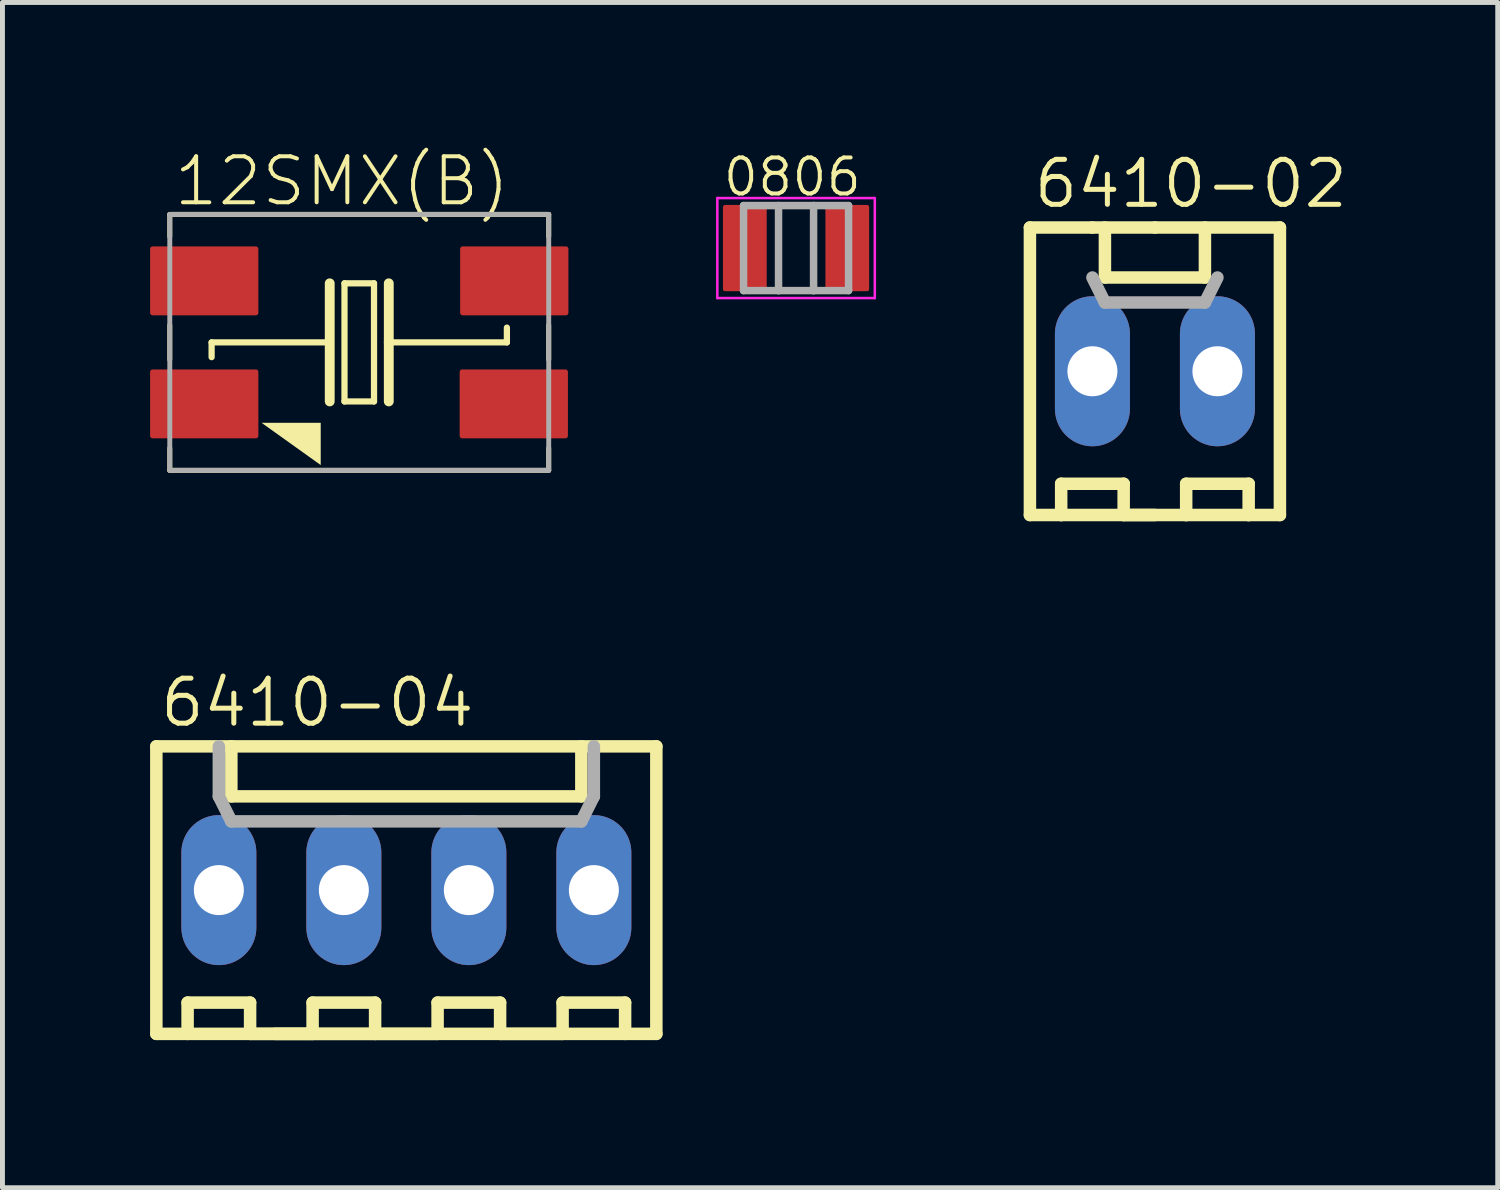
<source format=kicad_pcb>
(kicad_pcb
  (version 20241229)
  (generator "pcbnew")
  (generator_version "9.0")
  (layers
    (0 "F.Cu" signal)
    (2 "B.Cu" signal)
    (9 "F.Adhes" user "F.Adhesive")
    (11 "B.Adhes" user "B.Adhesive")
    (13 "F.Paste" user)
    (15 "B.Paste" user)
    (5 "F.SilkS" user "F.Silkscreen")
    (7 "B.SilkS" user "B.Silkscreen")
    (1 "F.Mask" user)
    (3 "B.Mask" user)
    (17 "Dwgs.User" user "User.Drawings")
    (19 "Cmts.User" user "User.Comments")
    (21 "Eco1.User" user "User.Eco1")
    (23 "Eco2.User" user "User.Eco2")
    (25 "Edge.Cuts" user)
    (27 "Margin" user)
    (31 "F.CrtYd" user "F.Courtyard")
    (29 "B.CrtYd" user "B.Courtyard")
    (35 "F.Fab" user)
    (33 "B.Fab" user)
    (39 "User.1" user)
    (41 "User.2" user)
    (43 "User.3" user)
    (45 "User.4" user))
  (footprint "12SMX(B)"
    (layer "F.Cu")
    (at 4.25 3.907)
    (property "Reference" "12SMX(B)" (at -3.813 -2.728 0) (layer "F.SilkS") (effects (font (size 0.935 0.935) (thickness 0.081)) (justify left bottom)))
    (attr smd)
    (fp_line (start -3.85 -2.15) (end -3.85 -2.6) (stroke (width 0.1) (type solid)) (layer "F.SilkS"))
    (fp_line (start -3.85 -0.35) (end -3.85 0.35) (stroke (width 0.1) (type solid)) (layer "F.SilkS"))
    (fp_line (start -3.85 2.15) (end -3.85 2.6) (stroke (width 0.1) (type solid)) (layer "F.SilkS"))
    (fp_line (start -3 0) (end -3 0.3) (stroke (width 0.127) (type solid)) (layer "F.SilkS"))
    (fp_line (start -0.7 0) (end -3 0) (stroke (width 0.127) (type solid)) (layer "F.SilkS"))
    (fp_line (start -0.6 -1.2) (end -0.6 1.2) (stroke (width 0.2) (type solid)) (layer "F.SilkS"))
    (fp_line (start -0.3 -1.2) (end 0.3 -1.2) (stroke (width 0.127) (type solid)) (layer "F.SilkS"))
    (fp_line (start -0.3 1.2) (end -0.3 -1.2) (stroke (width 0.127) (type solid)) (layer "F.SilkS"))
    (fp_line (start 0.3 -1.2) (end 0.3 1.2) (stroke (width 0.127) (type solid)) (layer "F.SilkS"))
    (fp_line (start 0.3 1.2) (end -0.3 1.2) (stroke (width 0.127) (type solid)) (layer "F.SilkS"))
    (fp_line (start 0.6 -1.2) (end 0.6 0) (stroke (width 0.2) (type solid)) (layer "F.SilkS"))
    (fp_line (start 0.6 0) (end 0.6 1.2) (stroke (width 0.2) (type solid)) (layer "F.SilkS"))
    (fp_line (start 0.6 0) (end 3 0) (stroke (width 0.127) (type solid)) (layer "F.SilkS"))
    (fp_line (start 3 0) (end 3 -0.3) (stroke (width 0.127) (type solid)) (layer "F.SilkS"))
    (fp_line (start 3.85 -2.6) (end -3.85 -2.6) (stroke (width 0.1) (type solid)) (layer "F.SilkS"))
    (fp_line (start 3.85 -2.15) (end 3.85 -2.6) (stroke (width 0.1) (type solid)) (layer "F.SilkS"))
    (fp_line (start 3.85 -0.35) (end 3.85 0.35) (stroke (width 0.1) (type solid)) (layer "F.SilkS"))
    (fp_line (start 3.85 2.6) (end -3.85 2.6) (stroke (width 0.1) (type solid)) (layer "F.SilkS"))
    (fp_line (start 3.85 2.6) (end 3.85 2.15) (stroke (width 0.1) (type solid)) (layer "F.SilkS"))
    (fp_poly (pts (xy -0.783 2.493) (xy -1.986 1.634) (xy -0.783 1.634)) (stroke (width 0) (type default)) (fill yes) (layer "F.SilkS"))
    (fp_line (start -3.85 -2.6) (end -3.85 2.6) (stroke (width 0.1) (type solid)) (layer "F.Fab"))
    (fp_line (start -3.85 -2.6) (end 3.85 -2.6) (stroke (width 0.1) (type solid)) (layer "F.Fab"))
    (fp_line (start -3.85 2.6) (end 3.85 2.6) (stroke (width 0.1) (type solid)) (layer "F.Fab"))
    (fp_line (start 3.85 -2.6) (end 3.85 2.6) (stroke (width 0.1) (type solid)) (layer "F.Fab"))
    (pad "1" smd roundrect (at -3.15 1.25) (size 2.2 1.4) (layers "F.Cu" "F.Mask" "F.Paste") (roundrect_rratio 0.036))
    (pad "2" smd roundrect (at 3.14 1.25) (size 2.2 1.4) (layers "F.Cu" "F.Mask" "F.Paste") (roundrect_rratio 0.036))
    (pad "3" smd roundrect (at 3.15 -1.25) (size 2.2 1.4) (layers "F.Cu" "F.Mask" "F.Paste") (roundrect_rratio 0.036))
    (pad "4" smd roundrect (at -3.15 -1.25) (size 2.2 1.4) (layers "F.Cu" "F.Mask" "F.Paste") (roundrect_rratio 0.036)))
  (footprint "6410-04"
    (layer "F.Cu")
    (at 5.207 15.037)
    (property "Reference" "6410-04" (at -5.053 -3.275 0) (layer "F.SilkS") (effects (font (size 0.914 0.914) (thickness 0.102)) (justify left bottom)))
    (fp_line (start -5.08 -2.921) (end -5.08 2.921) (stroke (width 0.254) (type solid)) (layer "F.SilkS"))
    (fp_line (start -5.08 -2.921) (end -3.81 -2.921) (stroke (width 0.254) (type solid)) (layer "F.SilkS"))
    (fp_line (start -5.08 2.921) (end -4.445 2.921) (stroke (width 0.254) (type solid)) (layer "F.SilkS"))
    (fp_line (start -4.445 2.286) (end -3.175 2.286) (stroke (width 0.254) (type solid)) (layer "F.SilkS"))
    (fp_line (start -4.445 2.921) (end -4.445 2.286) (stroke (width 0.254) (type solid)) (layer "F.SilkS"))
    (fp_line (start -4.445 2.921) (end -2.667 2.921) (stroke (width 0.127) (type solid)) (layer "F.SilkS"))
    (fp_line (start -3.556 -2.921) (end -3.81 -2.921) (stroke (width 0.127) (type solid)) (layer "F.SilkS"))
    (fp_line (start -3.556 -2.921) (end -3.556 -1.905) (stroke (width 0.254) (type solid)) (layer "F.SilkS"))
    (fp_line (start -3.556 -1.905) (end 3.556 -1.905) (stroke (width 0.254) (type solid)) (layer "F.SilkS"))
    (fp_line (start -3.175 2.286) (end -3.175 2.921) (stroke (width 0.254) (type solid)) (layer "F.SilkS"))
    (fp_line (start -3.175 2.921) (end -1.905 2.921) (stroke (width 0.254) (type solid)) (layer "F.SilkS"))
    (fp_line (start -1.905 2.286) (end -0.635 2.286) (stroke (width 0.254) (type solid)) (layer "F.SilkS"))
    (fp_line (start -1.905 2.921) (end -1.905 2.286) (stroke (width 0.254) (type solid)) (layer "F.SilkS"))
    (fp_line (start -0.635 2.286) (end -0.635 2.921) (stroke (width 0.254) (type solid)) (layer "F.SilkS"))
    (fp_line (start -0.635 2.921) (end -4.445 2.921) (stroke (width 0.254) (type solid)) (layer "F.SilkS"))
    (fp_line (start -0.635 2.921) (end 0.635 2.921) (stroke (width 0.254) (type solid)) (layer "F.SilkS"))
    (fp_line (start 0.635 2.286) (end 1.905 2.286) (stroke (width 0.254) (type solid)) (layer "F.SilkS"))
    (fp_line (start 0.635 2.921) (end 0.635 2.286) (stroke (width 0.254) (type solid)) (layer "F.SilkS"))
    (fp_line (start 1.905 2.286) (end 1.905 2.921) (stroke (width 0.254) (type solid)) (layer "F.SilkS"))
    (fp_line (start 1.905 2.921) (end 3.175 2.921) (stroke (width 0.254) (type solid)) (layer "F.SilkS"))
    (fp_line (start 3.175 2.286) (end 4.445 2.286) (stroke (width 0.254) (type solid)) (layer "F.SilkS"))
    (fp_line (start 3.175 2.921) (end 3.175 2.286) (stroke (width 0.254) (type solid)) (layer "F.SilkS"))
    (fp_line (start 3.556 -2.921) (end 3.556 -1.905) (stroke (width 0.254) (type solid)) (layer "F.SilkS"))
    (fp_line (start 4.445 2.286) (end 4.445 2.921) (stroke (width 0.254) (type solid)) (layer "F.SilkS"))
    (fp_line (start 4.445 2.921) (end -2.667 2.921) (stroke (width 0.254) (type solid)) (layer "F.SilkS"))
    (fp_line (start 4.445 2.921) (end 5.08 2.921) (stroke (width 0.254) (type solid)) (layer "F.SilkS"))
    (fp_line (start 5.08 -2.921) (end -3.81 -2.921) (stroke (width 0.254) (type solid)) (layer "F.SilkS"))
    (fp_line (start 5.08 -2.921) (end 5.08 2.921) (stroke (width 0.254) (type solid)) (layer "F.SilkS"))
    (fp_line (start -3.81 -1.905) (end -3.81 -2.921) (stroke (width 0.254) (type solid)) (layer "F.Fab"))
    (fp_line (start -3.81 -1.905) (end -3.556 -1.397) (stroke (width 0.254) (type solid)) (layer "F.Fab"))
    (fp_line (start -3.556 -1.397) (end 3.556 -1.397) (stroke (width 0.254) (type solid)) (layer "F.Fab"))
    (fp_line (start 3.556 -1.397) (end 3.81 -1.905) (stroke (width 0.254) (type solid)) (layer "F.Fab"))
    (fp_line (start 3.81 -1.905) (end 3.81 -2.921) (stroke (width 0.254) (type solid)) (layer "F.Fab"))
    (fp_poly (pts (xy -4.064 0.254) (xy -3.556 0.254) (xy -3.556 -0.254) (xy -4.064 -0.254)) (stroke (width 0.1) (type default)) (fill no) (layer "F.Fab"))
    (fp_poly (pts (xy -1.524 0.254) (xy -1.016 0.254) (xy -1.016 -0.254) (xy -1.524 -0.254)) (stroke (width 0.1) (type default)) (fill no) (layer "F.Fab"))
    (fp_poly (pts (xy 1.016 0.254) (xy 1.524 0.254) (xy 1.524 -0.254) (xy 1.016 -0.254)) (stroke (width 0.1) (type default)) (fill no) (layer "F.Fab"))
    (fp_poly (pts (xy 3.556 0.254) (xy 4.064 0.254) (xy 4.064 -0.254) (xy 3.556 -0.254)) (stroke (width 0.1) (type default)) (fill no) (layer "F.Fab"))
    (pad "1" thru_hole oval (at 3.81 0 90) (size 3.048 1.524) (drill 1.016) (layers "*.Cu" "*.Mask"))
    (pad "2" thru_hole oval (at 1.27 0 90) (size 3.048 1.524) (drill 1.016) (layers "*.Cu" "*.Mask"))
    (pad "3" thru_hole oval (at -1.27 0 90) (size 3.048 1.524) (drill 1.016) (layers "*.Cu" "*.Mask"))
    (pad "4" thru_hole oval (at -3.81 0 90) (size 3.048 1.524) (drill 1.016) (layers "*.Cu" "*.Mask")))
  (footprint "0806"
    (layer "F.Cu")
    (at 13.126 1.991)
    (property "Reference" "0806" (at -1.524 -1.016 0) (layer "F.SilkS") (effects (font (size 0.732 0.732) (thickness 0.081)) (justify left bottom)))
    (fp_line (start -1.6 -1.016) (end 1.6 -1.016) (stroke (width 0.051) (type solid)) (layer "F.CrtYd"))
    (fp_line (start -1.6 1.016) (end -1.6 -1.016) (stroke (width 0.051) (type solid)) (layer "F.CrtYd"))
    (fp_line (start 1.6 -1.016) (end 1.6 1.016) (stroke (width 0.051) (type solid)) (layer "F.CrtYd"))
    (fp_line (start 1.6 1.016) (end -1.6 1.016) (stroke (width 0.051) (type solid)) (layer "F.CrtYd"))
    (fp_line (start -1.067 -0.864) (end -1.067 0.864) (stroke (width 0.152) (type solid)) (layer "F.Fab"))
    (fp_line (start -1.067 0.864) (end -0.356 0.864) (stroke (width 0.152) (type solid)) (layer "F.Fab"))
    (fp_line (start -0.356 -0.864) (end -1.067 -0.864) (stroke (width 0.152) (type solid)) (layer "F.Fab"))
    (fp_line (start -0.356 0.864) (end -0.356 -0.864) (stroke (width 0.152) (type solid)) (layer "F.Fab"))
    (fp_line (start -0.356 0.864) (end 0.356 0.864) (stroke (width 0.152) (type solid)) (layer "F.Fab"))
    (fp_line (start 0.356 -0.864) (end -0.356 -0.864) (stroke (width 0.152) (type solid)) (layer "F.Fab"))
    (fp_line (start 0.356 -0.864) (end 0.356 0.864) (stroke (width 0.152) (type solid)) (layer "F.Fab"))
    (fp_line (start 0.356 0.864) (end 1.067 0.864) (stroke (width 0.152) (type solid)) (layer "F.Fab"))
    (fp_line (start 1.067 -0.864) (end 0.356 -0.864) (stroke (width 0.152) (type solid)) (layer "F.Fab"))
    (fp_line (start 1.067 0.864) (end 1.067 -0.864) (stroke (width 0.152) (type solid)) (layer "F.Fab"))
    (pad "1" smd roundrect (at -1.041 0) (size 0.889 1.753) (layers "F.Cu" "F.Mask" "F.Paste") (roundrect_rratio 0.048))
    (pad "2" smd roundrect (at 1.041 0) (size 0.889 1.753) (layers "F.Cu" "F.Mask" "F.Paste") (roundrect_rratio 0.048)))
  (footprint "6410-02"
    (layer "F.Cu")
    (at 20.418 4.494)
    (property "Reference" "6410-02" (at -2.513 -3.275 0) (layer "F.SilkS") (effects (font (size 0.914 0.914) (thickness 0.102)) (justify left bottom)))
    (fp_line (start -2.54 -2.921) (end -2.54 2.921) (stroke (width 0.254) (type solid)) (layer "F.SilkS"))
    (fp_line (start -2.54 -2.921) (end -1.27 -2.921) (stroke (width 0.254) (type solid)) (layer "F.SilkS"))
    (fp_line (start -2.54 2.921) (end -1.905 2.921) (stroke (width 0.254) (type solid)) (layer "F.SilkS"))
    (fp_line (start -2.286 2.921) (end -1.905 2.921) (stroke (width 0.127) (type solid)) (layer "F.SilkS"))
    (fp_line (start -1.905 2.286) (end -0.635 2.286) (stroke (width 0.254) (type solid)) (layer "F.SilkS"))
    (fp_line (start -1.905 2.921) (end -1.905 2.286) (stroke (width 0.254) (type solid)) (layer "F.SilkS"))
    (fp_line (start -1.905 2.921) (end 0 2.921) (stroke (width 0.254) (type solid)) (layer "F.SilkS"))
    (fp_line (start -1.27 -2.921) (end 0 -2.921) (stroke (width 0.254) (type solid)) (layer "F.SilkS"))
    (fp_line (start -1.016 -2.921) (end -1.27 -2.921) (stroke (width 0.127) (type solid)) (layer "F.SilkS"))
    (fp_line (start -1.016 -2.921) (end -1.016 -1.905) (stroke (width 0.254) (type solid)) (layer "F.SilkS"))
    (fp_line (start -1.016 -1.905) (end 1.016 -1.905) (stroke (width 0.254) (type solid)) (layer "F.SilkS"))
    (fp_line (start -0.635 2.286) (end -0.635 2.921) (stroke (width 0.254) (type solid)) (layer "F.SilkS"))
    (fp_line (start -0.635 2.921) (end 0.635 2.921) (stroke (width 0.254) (type solid)) (layer "F.SilkS"))
    (fp_line (start 0.635 2.286) (end 1.905 2.286) (stroke (width 0.254) (type solid)) (layer "F.SilkS"))
    (fp_line (start 0.635 2.921) (end 0 2.921) (stroke (width 0.127) (type solid)) (layer "F.SilkS"))
    (fp_line (start 0.635 2.921) (end 0.635 2.286) (stroke (width 0.254) (type solid)) (layer "F.SilkS"))
    (fp_line (start 1.016 -2.921) (end 1.016 -1.905) (stroke (width 0.254) (type solid)) (layer "F.SilkS"))
    (fp_line (start 1.905 2.286) (end 1.905 2.921) (stroke (width 0.254) (type solid)) (layer "F.SilkS"))
    (fp_line (start 1.905 2.921) (end 0.635 2.921) (stroke (width 0.254) (type solid)) (layer "F.SilkS"))
    (fp_line (start 1.905 2.921) (end 2.54 2.921) (stroke (width 0.254) (type solid)) (layer "F.SilkS"))
    (fp_line (start 2.54 -2.921) (end 0 -2.921) (stroke (width 0.254) (type solid)) (layer "F.SilkS"))
    (fp_line (start 2.54 -2.921) (end 2.54 2.921) (stroke (width 0.254) (type solid)) (layer "F.SilkS"))
    (fp_line (start -1.27 -1.905) (end -1.016 -1.397) (stroke (width 0.254) (type solid)) (layer "F.Fab"))
    (fp_line (start -1.016 -1.397) (end 1.016 -1.397) (stroke (width 0.254) (type solid)) (layer "F.Fab"))
    (fp_line (start 1.016 -1.397) (end 1.27 -1.905) (stroke (width 0.254) (type solid)) (layer "F.Fab"))
    (fp_poly (pts (xy -1.524 0.254) (xy -1.016 0.254) (xy -1.016 -0.254) (xy -1.524 -0.254)) (stroke (width 0.1) (type default)) (fill no) (layer "F.Fab"))
    (fp_poly (pts (xy 1.016 0.254) (xy 1.524 0.254) (xy 1.524 -0.254) (xy 1.016 -0.254)) (stroke (width 0.1) (type default)) (fill no) (layer "F.Fab"))
    (pad "1" thru_hole oval (at 1.27 0 90) (size 3.048 1.524) (drill 1.016) (layers "*.Cu" "*.Mask"))
    (pad "2" thru_hole oval (at -1.27 0 90) (size 3.048 1.524) (drill 1.016) (layers "*.Cu" "*.Mask")))
  (gr_rect
    (start -3 -3)
    (end 27.384 21.085)
    (stroke (width 0.1) (type default))
    (fill no)
    (layer "Edge.Cuts")))
</source>
